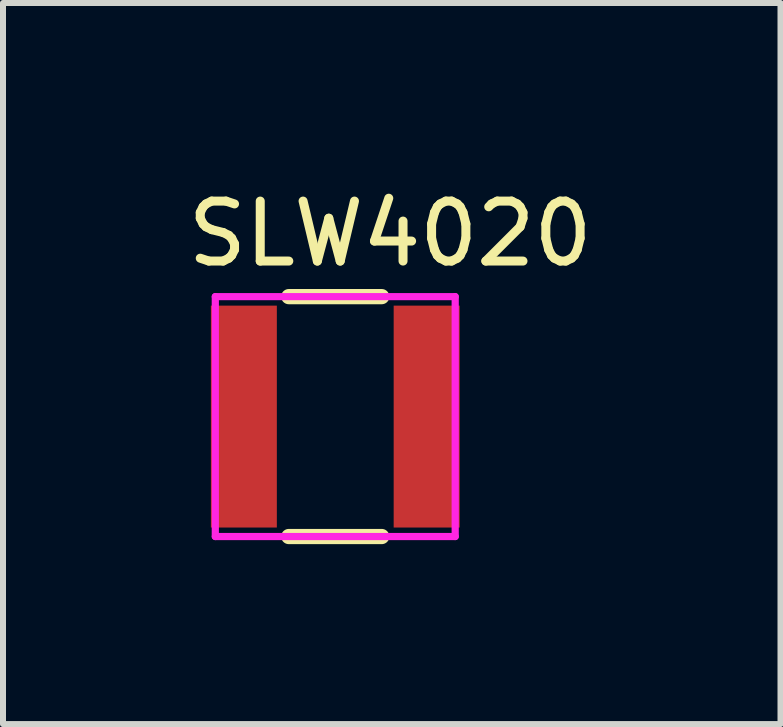
<source format=kicad_pcb>
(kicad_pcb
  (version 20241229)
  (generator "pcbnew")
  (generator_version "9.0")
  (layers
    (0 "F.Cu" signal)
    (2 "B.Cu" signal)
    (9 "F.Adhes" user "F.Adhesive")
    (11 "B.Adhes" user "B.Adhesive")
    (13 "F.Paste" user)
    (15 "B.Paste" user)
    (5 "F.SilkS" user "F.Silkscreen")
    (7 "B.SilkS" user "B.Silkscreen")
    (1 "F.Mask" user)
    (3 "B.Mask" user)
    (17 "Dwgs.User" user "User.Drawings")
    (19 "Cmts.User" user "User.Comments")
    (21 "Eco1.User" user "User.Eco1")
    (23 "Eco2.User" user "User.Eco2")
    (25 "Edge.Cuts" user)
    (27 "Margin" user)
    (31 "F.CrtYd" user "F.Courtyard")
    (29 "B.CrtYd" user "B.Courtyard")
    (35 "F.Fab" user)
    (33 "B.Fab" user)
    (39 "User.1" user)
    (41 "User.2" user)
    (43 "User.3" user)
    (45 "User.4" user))
  (footprint "SLW4020"
    (layer "F.Cu")
    (at 2.54 3.896)
    (property "Reference" "SLW4020" (at -2.54 -3.048 0) (layer "F.SilkS") (effects (font (size 1 1) (thickness 0.15)) (justify left)))
    (attr through_hole)
    (fp_line (start -0.775 -2) (end 0.775 -2) (stroke (width 0.254) (type solid)) (layer "F.SilkS"))
    (fp_line (start -0.775 2) (end 0.775 2) (stroke (width 0.254) (type solid)) (layer "F.SilkS"))
    (fp_circle (center -2 2) (end -1.97 2) (stroke (width 0.06) (type solid)) (fill no) (layer "Eco2.User"))
    (fp_poly (pts (xy -1.975 1.65) (xy -1.975 -1.65) (xy -1.025 -1.65) (xy -1.025 1.65)) (stroke (width 0.12) (type solid)) (fill no) (layer "Eco2.User"))
    (fp_poly (pts (xy 1.025 1.65) (xy 1.025 -1.65) (xy 1.975 -1.65) (xy 1.975 1.65)) (stroke (width 0.12) (type solid)) (fill no) (layer "Eco2.User"))
    (fp_line (start -2 -2) (end 2 -2) (stroke (width 0.12) (type solid)) (layer "F.CrtYd"))
    (fp_line (start -2 2) (end -2 -2) (stroke (width 0.12) (type solid)) (layer "F.CrtYd"))
    (fp_line (start 2 -2) (end 2 2) (stroke (width 0.12) (type solid)) (layer "F.CrtYd"))
    (fp_line (start 2 2) (end -2 2) (stroke (width 0.12) (type solid)) (layer "F.CrtYd"))
    (pad "1" smd rect (at -1.524 0 270) (size 3.7 1.1) (layers "F.Cu" "F.Mask" "F.Paste"))
    (pad "2" smd rect (at 1.524 0 270) (size 3.7 1.1) (layers "F.Cu" "F.Mask" "F.Paste")))
  (gr_rect
    (start -3 -3)
    (end 9.964 9.023)
    (stroke (width 0.1) (type default))
    (fill no)
    (layer "Edge.Cuts")))
</source>
